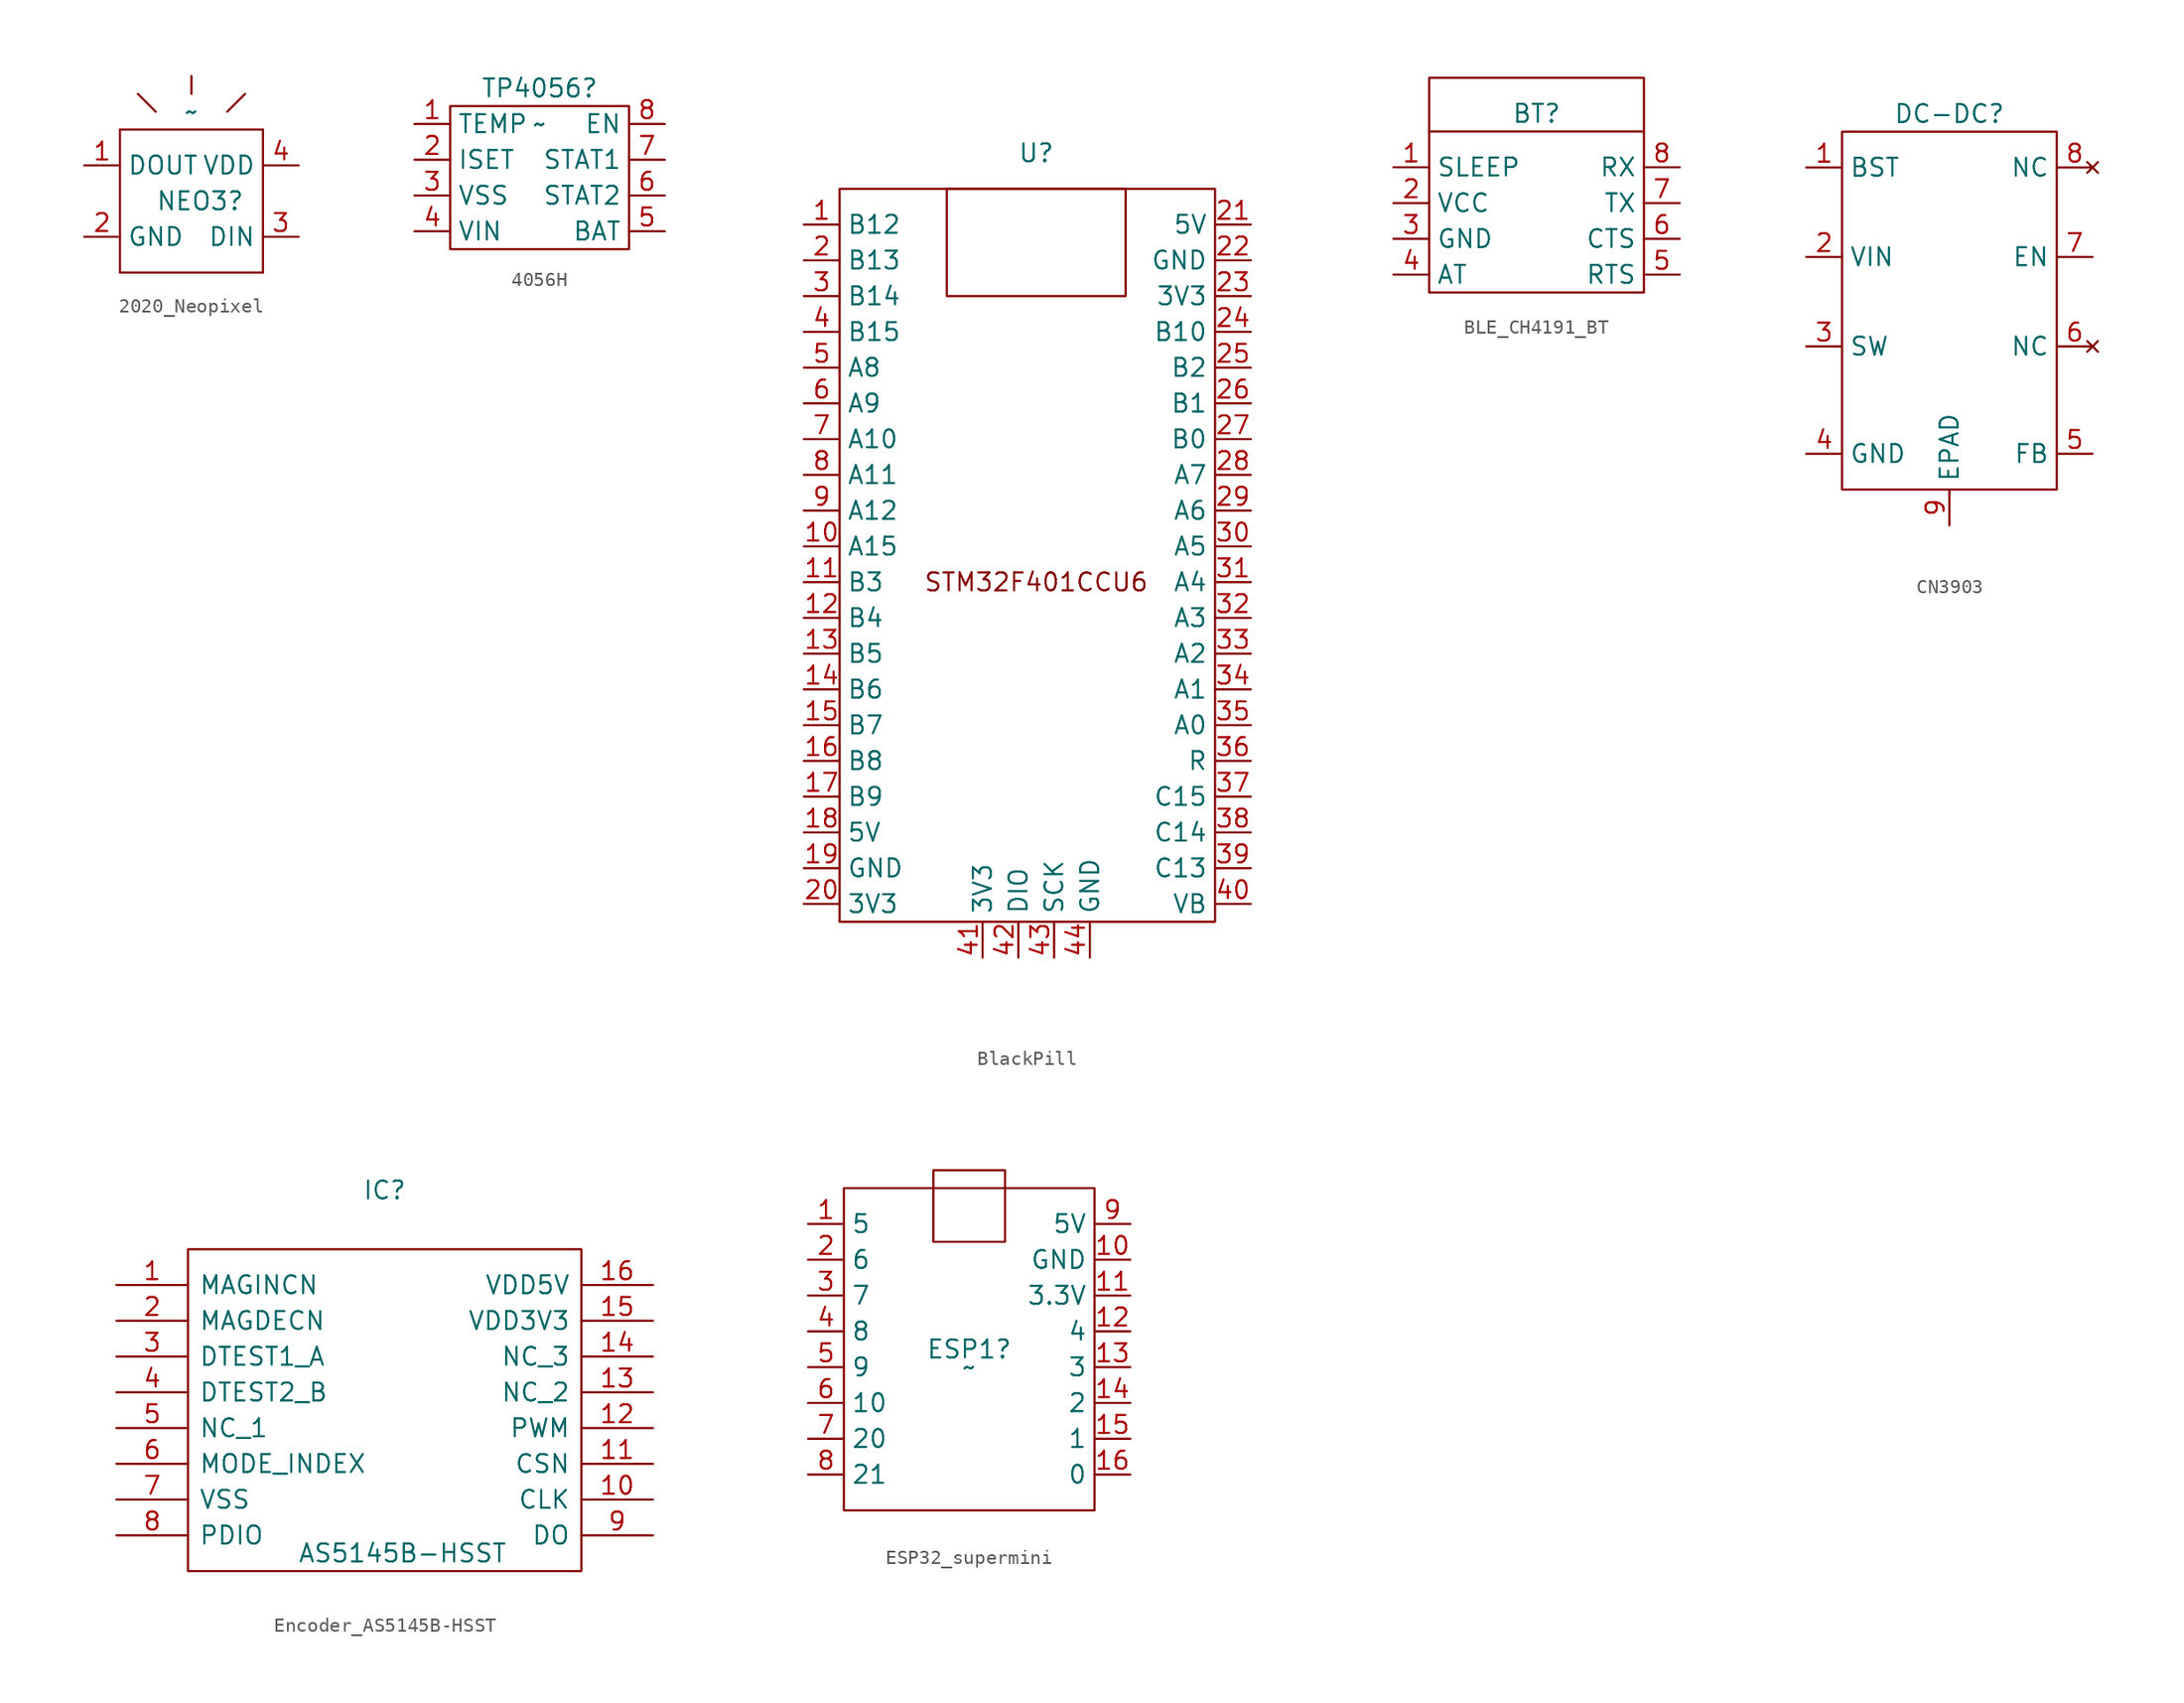
<source format=kicad_sym>
(kicad_symbol_lib
  (version 20231120)
  (generator "kicad_symbol_editor")
  (generator_version "8.0")
  (symbol "2020_Neopixel"
    (property "Reference" "NEO3"
      (at 0 3.81 0)
      (effects (font (size 1.27 1.27)) (justify left)))
    (property "Value" "~"
      (at 2.54 10.16 0)
      (effects (font (size 1.27 1.27))))
    (symbol "2020_Neopixel_0_1"
      (polyline (pts (xy -2.54 -1.27) (xy -2.54 8.89)) (stroke (width 0) (type default)) (fill (type none)))
      (polyline (pts (xy -2.54 -1.27) (xy 7.62 -1.27)) (stroke (width 0) (type default)) (fill (type none)))
      (polyline (pts (xy -2.54 8.89) (xy 7.62 8.89)) (stroke (width 0) (type default)) (fill (type none)))
      (polyline (pts (xy 0 10.16) (xy -1.27 11.43)) (stroke (width 0) (type default)) (fill (type none)))
      (polyline (pts (xy 2.54 11.43) (xy 2.54 12.7)) (stroke (width 0) (type default)) (fill (type none)))
      (polyline (pts (xy 5.08 10.16) (xy 6.35 11.43)) (stroke (width 0) (type default)) (fill (type none)))
      (polyline (pts (xy 7.62 -1.27) (xy 7.62 8.89)) (stroke (width 0) (type default)) (fill (type none))))
    (symbol "2020_Neopixel_1_1"
      (pin input line (at -5.08 6.35 0) (length 2.54) (name "DOUT" (effects (font (size 1.27 1.27)))) (number "1" (effects (font (size 1.27 1.27)))))
      (pin power_out line (at -5.08 1.27 0) (length 2.54) (name "GND" (effects (font (size 1.27 1.27)))) (number "2" (effects (font (size 1.27 1.27)))))
      (pin input line (at 10.16 1.27 180) (length 2.54) (name "DIN" (effects (font (size 1.27 1.27)))) (number "3" (effects (font (size 1.27 1.27)))))
      (pin power_in line (at 10.16 6.35 180) (length 2.54) (name "VDD" (effects (font (size 1.27 1.27)))) (number "4" (effects (font (size 1.27 1.27)))))))
  (symbol "4056H"
    (property "Reference" "TP4056"
      (at 0 6.35 0)
      (effects (font (size 1.27 1.27))))
    (property "Value" "~"
      (at 0 3.81 0)
      (effects (font (size 1.27 1.27))))
    (symbol "4056H_0_1"
      (rectangle (start -6.35 5.08) (end 6.35 -5.08) (stroke (width 0) (type default)) (fill (type none))))
    (symbol "4056H_1_1"
      (pin input line (at -8.89 3.81 0) (length 2.54) (name "TEMP" (effects (font (size 1.27 1.27)))) (number "1" (effects (font (size 1.27 1.27)))))
      (pin input line (at -8.89 1.27 0) (length 2.54) (name "ISET" (effects (font (size 1.27 1.27)))) (number "2" (effects (font (size 1.27 1.27)))))
      (pin input line (at -8.89 -1.27 0) (length 2.54) (name "VSS" (effects (font (size 1.27 1.27)))) (number "3" (effects (font (size 1.27 1.27)))))
      (pin input line (at -8.89 -3.81 0) (length 2.54) (name "VIN" (effects (font (size 1.27 1.27)))) (number "4" (effects (font (size 1.27 1.27)))))
      (pin input line (at 8.89 -3.81 180) (length 2.54) (name "BAT" (effects (font (size 1.27 1.27)))) (number "5" (effects (font (size 1.27 1.27)))))
      (pin input line (at 8.89 -1.27 180) (length 2.54) (name "STAT2" (effects (font (size 1.27 1.27)))) (number "6" (effects (font (size 1.27 1.27)))))
      (pin input line (at 8.89 1.27 180) (length 2.54) (name "STAT1" (effects (font (size 1.27 1.27)))) (number "7" (effects (font (size 1.27 1.27)))))
      (pin input line (at 8.89 3.81 180) (length 2.54) (name "EN" (effects (font (size 1.27 1.27)))) (number "8" (effects (font (size 1.27 1.27)))))))
  (symbol "BlackPill"
    (property "Reference" "U"
      (at 0 30.48 0)
      (effects (font (size 1.27 1.27))))
    (property "Value" ""
      (at 0 0 0)
      (effects (font (size 1.27 1.27))))
    (symbol "BlackPill_0_1"
      (rectangle (start -13.97 27.94) (end 12.7 -24.13) (stroke (width 0) (type default)) (fill (type none)))
      (polyline (pts (xy -6.35 20.32) (xy 6.35 20.32) (xy 6.35 27.94) (xy -6.35 27.94) (xy -6.35 20.32)) (stroke (width 0) (type default)) (fill (type none))))
    (symbol "BlackPill_1_1"
      (text "STM32F401CCU6" (at 0 0 0) (effects (font (size 1.27 1.27))))
      (pin bidirectional line (at -16.51 25.4 0) (length 2.54) (name "B12" (effects (font (size 1.27 1.27)))) (number "1" (effects (font (size 1.27 1.27)))))
      (pin bidirectional line (at -16.51 2.54 0) (length 2.54) (name "A15" (effects (font (size 1.27 1.27)))) (number "10" (effects (font (size 1.27 1.27)))))
      (pin bidirectional line (at -16.51 0 0) (length 2.54) (name "B3" (effects (font (size 1.27 1.27)))) (number "11" (effects (font (size 1.27 1.27)))))
      (pin bidirectional line (at -16.51 -2.54 0) (length 2.54) (name "B4" (effects (font (size 1.27 1.27)))) (number "12" (effects (font (size 1.27 1.27)))))
      (pin bidirectional line (at -16.51 -5.08 0) (length 2.54) (name "B5" (effects (font (size 1.27 1.27)))) (number "13" (effects (font (size 1.27 1.27)))))
      (pin bidirectional line (at -16.51 -7.62 0) (length 2.54) (name "B6" (effects (font (size 1.27 1.27)))) (number "14" (effects (font (size 1.27 1.27)))))
      (pin bidirectional line (at -16.51 -10.16 0) (length 2.54) (name "B7" (effects (font (size 1.27 1.27)))) (number "15" (effects (font (size 1.27 1.27)))))
      (pin bidirectional line (at -16.51 -12.7 0) (length 2.54) (name "B8" (effects (font (size 1.27 1.27)))) (number "16" (effects (font (size 1.27 1.27)))))
      (pin bidirectional line (at -16.51 -15.24 0) (length 2.54) (name "B9" (effects (font (size 1.27 1.27)))) (number "17" (effects (font (size 1.27 1.27)))))
      (pin power_in line (at -16.51 -17.78 0) (length 2.54) (name "5V" (effects (font (size 1.27 1.27)))) (number "18" (effects (font (size 1.27 1.27)))))
      (pin power_out line (at -16.51 -20.32 0) (length 2.54) (name "GND" (effects (font (size 1.27 1.27)))) (number "19" (effects (font (size 1.27 1.27)))))
      (pin bidirectional line (at -16.51 22.86 0) (length 2.54) (name "B13" (effects (font (size 1.27 1.27)))) (number "2" (effects (font (size 1.27 1.27)))))
      (pin power_in line (at -16.51 -22.86 0) (length 2.54) (name "3V3" (effects (font (size 1.27 1.27)))) (number "20" (effects (font (size 1.27 1.27)))))
      (pin power_in line (at 15.24 25.4 180) (length 2.54) (name "5V" (effects (font (size 1.27 1.27)))) (number "21" (effects (font (size 1.27 1.27)))))
      (pin power_out line (at 15.24 22.86 180) (length 2.54) (name "GND" (effects (font (size 1.27 1.27)))) (number "22" (effects (font (size 1.27 1.27)))))
      (pin power_in line (at 15.24 20.32 180) (length 2.54) (name "3V3" (effects (font (size 1.27 1.27)))) (number "23" (effects (font (size 1.27 1.27)))))
      (pin bidirectional line (at 15.24 17.78 180) (length 2.54) (name "B10" (effects (font (size 1.27 1.27)))) (number "24" (effects (font (size 1.27 1.27)))))
      (pin bidirectional line (at 15.24 15.24 180) (length 2.54) (name "B2" (effects (font (size 1.27 1.27)))) (number "25" (effects (font (size 1.27 1.27)))))
      (pin bidirectional line (at 15.24 12.7 180) (length 2.54) (name "B1" (effects (font (size 1.27 1.27)))) (number "26" (effects (font (size 1.27 1.27)))))
      (pin bidirectional line (at 15.24 10.16 180) (length 2.54) (name "B0" (effects (font (size 1.27 1.27)))) (number "27" (effects (font (size 1.27 1.27)))))
      (pin bidirectional line (at 15.24 7.62 180) (length 2.54) (name "A7" (effects (font (size 1.27 1.27)))) (number "28" (effects (font (size 1.27 1.27)))))
      (pin bidirectional line (at 15.24 5.08 180) (length 2.54) (name "A6" (effects (font (size 1.27 1.27)))) (number "29" (effects (font (size 1.27 1.27)))))
      (pin bidirectional line (at -16.51 20.32 0) (length 2.54) (name "B14" (effects (font (size 1.27 1.27)))) (number "3" (effects (font (size 1.27 1.27)))))
      (pin bidirectional line (at 15.24 2.54 180) (length 2.54) (name "A5" (effects (font (size 1.27 1.27)))) (number "30" (effects (font (size 1.27 1.27)))))
      (pin bidirectional line (at 15.24 0 180) (length 2.54) (name "A4" (effects (font (size 1.27 1.27)))) (number "31" (effects (font (size 1.27 1.27)))))
      (pin bidirectional line (at 15.24 -2.54 180) (length 2.54) (name "A3" (effects (font (size 1.27 1.27)))) (number "32" (effects (font (size 1.27 1.27)))))
      (pin bidirectional line (at 15.24 -5.08 180) (length 2.54) (name "A2" (effects (font (size 1.27 1.27)))) (number "33" (effects (font (size 1.27 1.27)))))
      (pin bidirectional line (at 15.24 -7.62 180) (length 2.54) (name "A1" (effects (font (size 1.27 1.27)))) (number "34" (effects (font (size 1.27 1.27)))))
      (pin bidirectional line (at 15.24 -10.16 180) (length 2.54) (name "A0" (effects (font (size 1.27 1.27)))) (number "35" (effects (font (size 1.27 1.27)))))
      (pin input line (at 15.24 -12.7 180) (length 2.54) (name "R" (effects (font (size 1.27 1.27)))) (number "36" (effects (font (size 1.27 1.27)))))
      (pin bidirectional line (at 15.24 -15.24 180) (length 2.54) (name "C15" (effects (font (size 1.27 1.27)))) (number "37" (effects (font (size 1.27 1.27)))))
      (pin bidirectional line (at 15.24 -17.78 180) (length 2.54) (name "C14" (effects (font (size 1.27 1.27)))) (number "38" (effects (font (size 1.27 1.27)))))
      (pin bidirectional line (at 15.24 -20.32 180) (length 2.54) (name "C13" (effects (font (size 1.27 1.27)))) (number "39" (effects (font (size 1.27 1.27)))))
      (pin bidirectional line (at -16.51 17.78 0) (length 2.54) (name "B15" (effects (font (size 1.27 1.27)))) (number "4" (effects (font (size 1.27 1.27)))))
      (pin power_in line (at 15.24 -22.86 180) (length 2.54) (name "VB" (effects (font (size 1.27 1.27)))) (number "40" (effects (font (size 1.27 1.27)))))
      (pin power_in line (at -3.81 -26.67 90) (length 2.54) (name "3V3" (effects (font (size 1.27 1.27)))) (number "41" (effects (font (size 1.27 1.27)))))
      (pin bidirectional line (at -1.27 -26.67 90) (length 2.54) (name "DIO" (effects (font (size 1.27 1.27)))) (number "42" (effects (font (size 1.27 1.27)))))
      (pin bidirectional line (at 1.27 -26.67 90) (length 2.54) (name "SCK" (effects (font (size 1.27 1.27)))) (number "43" (effects (font (size 1.27 1.27)))))
      (pin power_out line (at 3.81 -26.67 90) (length 2.54) (name "GND" (effects (font (size 1.27 1.27)))) (number "44" (effects (font (size 1.27 1.27)))))
      (pin bidirectional line (at -16.51 15.24 0) (length 2.54) (name "A8" (effects (font (size 1.27 1.27)))) (number "5" (effects (font (size 1.27 1.27)))))
      (pin bidirectional line (at -16.51 12.7 0) (length 2.54) (name "A9" (effects (font (size 1.27 1.27)))) (number "6" (effects (font (size 1.27 1.27)))))
      (pin bidirectional line (at -16.51 10.16 0) (length 2.54) (name "A10" (effects (font (size 1.27 1.27)))) (number "7" (effects (font (size 1.27 1.27)))))
      (pin bidirectional line (at -16.51 7.62 0) (length 2.54) (name "A11" (effects (font (size 1.27 1.27)))) (number "8" (effects (font (size 1.27 1.27)))))
      (pin bidirectional line (at -16.51 5.08 0) (length 2.54) (name "A12" (effects (font (size 1.27 1.27)))) (number "9" (effects (font (size 1.27 1.27)))))))
  (symbol "BLE_CH4191_BT"
    (property "Reference" "BT"
      (at 0 5.08 0)
      (effects (font (size 1.27 1.27))))
    (property "Value" ""
      (at 2.54 2.54 0)
      (effects (font (size 1.27 1.27))))
    (symbol "BLE_CH4191_BT_0_1"
      (rectangle (start -7.62 7.62) (end 7.62 -7.62) (stroke (width 0) (type default)) (fill (type none)))
      (polyline (pts (xy 7.62 3.81) (xy -7.62 3.81)) (stroke (width 0) (type default)) (fill (type none))))
    (symbol "BLE_CH4191_BT_1_1"
      (pin input line (at -10.16 1.27 0) (length 2.54) (name "SLEEP" (effects (font (size 1.27 1.27)))) (number "1" (effects (font (size 1.27 1.27)))))
      (pin input line (at -10.16 -1.27 0) (length 2.54) (name "VCC" (effects (font (size 1.27 1.27)))) (number "2" (effects (font (size 1.27 1.27)))))
      (pin input line (at -10.16 -3.81 0) (length 2.54) (name "GND" (effects (font (size 1.27 1.27)))) (number "3" (effects (font (size 1.27 1.27)))))
      (pin input line (at -10.16 -6.35 0) (length 2.54) (name "AT" (effects (font (size 1.27 1.27)))) (number "4" (effects (font (size 1.27 1.27)))))
      (pin input line (at 10.16 -6.35 180) (length 2.54) (name "RTS" (effects (font (size 1.27 1.27)))) (number "5" (effects (font (size 1.27 1.27)))))
      (pin input line (at 10.16 -3.81 180) (length 2.54) (name "CTS" (effects (font (size 1.27 1.27)))) (number "6" (effects (font (size 1.27 1.27)))))
      (pin input line (at 10.16 -1.27 180) (length 2.54) (name "TX" (effects (font (size 1.27 1.27)))) (number "7" (effects (font (size 1.27 1.27)))))
      (pin input line (at 10.16 1.27 180) (length 2.54) (name "RX" (effects (font (size 1.27 1.27)))) (number "8" (effects (font (size 1.27 1.27)))))))
  (symbol "CN3903"
    (property "Reference" "DC-DC"
      (at 0 7.62 0)
      (effects (font (size 1.27 1.27))))
    (property "Value" ""
      (at 0 7.62 0)
      (effects (font (size 1.27 1.27))))
    (symbol "CN3903_0_1"
      (rectangle (start -7.62 6.35) (end 7.62 -19.05) (stroke (width 0) (type solid)) (fill (type none))))
    (symbol "CN3903_1_1"
      (pin output line (at -10.16 3.81 0) (length 2.54) (name "BST" (effects (font (size 1.27 1.27)))) (number "1" (effects (font (size 1.27 1.27)))))
      (pin output line (at -10.16 -2.54 0) (length 2.54) (name "VIN" (effects (font (size 1.27 1.27)))) (number "2" (effects (font (size 1.27 1.27)))))
      (pin output line (at -10.16 -8.89 0) (length 2.54) (name "SW" (effects (font (size 1.27 1.27)))) (number "3" (effects (font (size 1.27 1.27)))))
      (pin output line (at -10.16 -16.51 0) (length 2.54) (name "GND" (effects (font (size 1.27 1.27)))) (number "4" (effects (font (size 1.27 1.27)))))
      (pin output line (at 10.16 -16.51 180) (length 2.54) (name "FB" (effects (font (size 1.27 1.27)))) (number "5" (effects (font (size 1.27 1.27)))))
      (pin no_connect line (at 10.16 -8.89 180) (length 2.54) (name "NC" (effects (font (size 1.27 1.27)))) (number "6" (effects (font (size 1.27 1.27)))))
      (pin output line (at 10.16 -2.54 180) (length 2.54) (name "EN" (effects (font (size 1.27 1.27)))) (number "7" (effects (font (size 1.27 1.27)))))
      (pin no_connect line (at 10.16 3.81 180) (length 2.54) (name "NC" (effects (font (size 1.27 1.27)))) (number "8" (effects (font (size 1.27 1.27)))))
      (pin output line (at 0 -21.59 90) (length 2.54) (name "EPAD" (effects (font (size 1.27 1.27)))) (number "9" (effects (font (size 1.27 1.27)))))))
  (symbol "Encoder_AS5145B-HSST"
    (pin_names
      (offset 0.762))
    (property "Reference" "IC"
      (at 19.05 6.731 0)
      (effects (font (size 1.27 1.27))))
    (property "Value" "AS5145B-HSST"
      (at 20.32 -19.05 0)
      (effects (font (size 1.27 1.27))))
    (symbol "Encoder_AS5145B-HSST_0_0"
      (pin unspecified line (at 0 0 0) (length 5.08) (name "MAGINCN" (effects (font (size 1.27 1.27)))) (number "1" (effects (font (size 1.27 1.27)))))
      (pin unspecified line (at 38.1 -15.24 180) (length 5.08) (name "CLK" (effects (font (size 1.27 1.27)))) (number "10" (effects (font (size 1.27 1.27)))))
      (pin unspecified line (at 38.1 -12.7 180) (length 5.08) (name "CSN" (effects (font (size 1.27 1.27)))) (number "11" (effects (font (size 1.27 1.27)))))
      (pin unspecified line (at 38.1 -10.16 180) (length 5.08) (name "PWM" (effects (font (size 1.27 1.27)))) (number "12" (effects (font (size 1.27 1.27)))))
      (pin unspecified line (at 38.1 -7.62 180) (length 5.08) (name "NC_2" (effects (font (size 1.27 1.27)))) (number "13" (effects (font (size 1.27 1.27)))))
      (pin unspecified line (at 38.1 -5.08 180) (length 5.08) (name "NC_3" (effects (font (size 1.27 1.27)))) (number "14" (effects (font (size 1.27 1.27)))))
      (pin unspecified line (at 38.1 -2.54 180) (length 5.08) (name "VDD3V3" (effects (font (size 1.27 1.27)))) (number "15" (effects (font (size 1.27 1.27)))))
      (pin unspecified line (at 38.1 0 180) (length 5.08) (name "VDD5V" (effects (font (size 1.27 1.27)))) (number "16" (effects (font (size 1.27 1.27)))))
      (pin unspecified line (at 0 -2.54 0) (length 5.08) (name "MAGDECN" (effects (font (size 1.27 1.27)))) (number "2" (effects (font (size 1.27 1.27)))))
      (pin unspecified line (at 0 -5.08 0) (length 5.08) (name "DTEST1_A" (effects (font (size 1.27 1.27)))) (number "3" (effects (font (size 1.27 1.27)))))
      (pin unspecified line (at 0 -7.62 0) (length 5.08) (name "DTEST2_B" (effects (font (size 1.27 1.27)))) (number "4" (effects (font (size 1.27 1.27)))))
      (pin unspecified line (at 0 -10.16 0) (length 5.08) (name "NC_1" (effects (font (size 1.27 1.27)))) (number "5" (effects (font (size 1.27 1.27)))))
      (pin unspecified line (at 0 -12.7 0) (length 5.08) (name "MODE_INDEX" (effects (font (size 1.27 1.27)))) (number "6" (effects (font (size 1.27 1.27)))))
      (pin unspecified line (at 0 -15.24 0) (length 5.08) (name "VSS" (effects (font (size 1.27 1.27)))) (number "7" (effects (font (size 1.27 1.27)))))
      (pin unspecified line (at 0 -17.78 0) (length 5.08) (name "PDIO" (effects (font (size 1.27 1.27)))) (number "8" (effects (font (size 1.27 1.27)))))
      (pin unspecified line (at 38.1 -17.78 180) (length 5.08) (name "DO" (effects (font (size 1.27 1.27)))) (number "9" (effects (font (size 1.27 1.27))))))
    (symbol "Encoder_AS5145B-HSST_0_1"
      (polyline (pts (xy 5.08 2.54) (xy 33.02 2.54) (xy 33.02 -20.32) (xy 5.08 -20.32) (xy 5.08 2.54)) (stroke (width 0.152) (type solid)) (fill (type none)))))
  (symbol "ESP32_supermini"
    (property "Reference" "ESP1"
      (at 0 -1.27 0)
      (effects (font (size 1.27 1.27))))
    (property "Value" "~"
      (at 0 -2.54 0)
      (effects (font (size 1.27 1.27))))
    (symbol "ESP32_supermini_0_1"
      (rectangle (start -8.89 10.16) (end 8.89 -12.7) (stroke (width 0) (type default)) (fill (type none)))
      (rectangle (start -2.54 11.43) (end 2.54 6.35) (stroke (width 0) (type default)) (fill (type none))))
    (symbol "ESP32_supermini_1_1"
      (pin bidirectional line (at -11.43 7.62 0) (length 2.54) (name "5" (effects (font (size 1.27 1.27)))) (number "1" (effects (font (size 1.27 1.27)))))
      (pin power_in line (at 11.43 5.08 180) (length 2.54) (name "GND" (effects (font (size 1.27 1.27)))) (number "10" (effects (font (size 1.27 1.27)))))
      (pin power_in line (at 11.43 2.54 180) (length 2.54) (name "3.3V" (effects (font (size 1.27 1.27)))) (number "11" (effects (font (size 1.27 1.27)))))
      (pin bidirectional line (at 11.43 0 180) (length 2.54) (name "4" (effects (font (size 1.27 1.27)))) (number "12" (effects (font (size 1.27 1.27)))))
      (pin bidirectional line (at 11.43 -2.54 180) (length 2.54) (name "3" (effects (font (size 1.27 1.27)))) (number "13" (effects (font (size 1.27 1.27)))))
      (pin bidirectional line (at 11.43 -5.08 180) (length 2.54) (name "2" (effects (font (size 1.27 1.27)))) (number "14" (effects (font (size 1.27 1.27)))))
      (pin bidirectional line (at 11.43 -7.62 180) (length 2.54) (name "1" (effects (font (size 1.27 1.27)))) (number "15" (effects (font (size 1.27 1.27)))))
      (pin bidirectional line (at 11.43 -10.16 180) (length 2.54) (name "0" (effects (font (size 1.27 1.27)))) (number "16" (effects (font (size 1.27 1.27)))))
      (pin bidirectional line (at -11.43 5.08 0) (length 2.54) (name "6" (effects (font (size 1.27 1.27)))) (number "2" (effects (font (size 1.27 1.27)))))
      (pin bidirectional line (at -11.43 2.54 0) (length 2.54) (name "7" (effects (font (size 1.27 1.27)))) (number "3" (effects (font (size 1.27 1.27)))))
      (pin bidirectional line (at -11.43 0 0) (length 2.54) (name "8" (effects (font (size 1.27 1.27)))) (number "4" (effects (font (size 1.27 1.27)))))
      (pin bidirectional line (at -11.43 -2.54 0) (length 2.54) (name "9" (effects (font (size 1.27 1.27)))) (number "5" (effects (font (size 1.27 1.27)))))
      (pin bidirectional line (at -11.43 -5.08 0) (length 2.54) (name "10" (effects (font (size 1.27 1.27)))) (number "6" (effects (font (size 1.27 1.27)))))
      (pin bidirectional line (at -11.43 -7.62 0) (length 2.54) (name "20" (effects (font (size 1.27 1.27)))) (number "7" (effects (font (size 1.27 1.27)))))
      (pin bidirectional line (at -11.43 -10.16 0) (length 2.54) (name "21" (effects (font (size 1.27 1.27)))) (number "8" (effects (font (size 1.27 1.27)))))
      (pin power_in line (at 11.43 7.62 180) (length 2.54) (name "5V" (effects (font (size 1.27 1.27)))) (number "9" (effects (font (size 1.27 1.27))))))))
</source>
